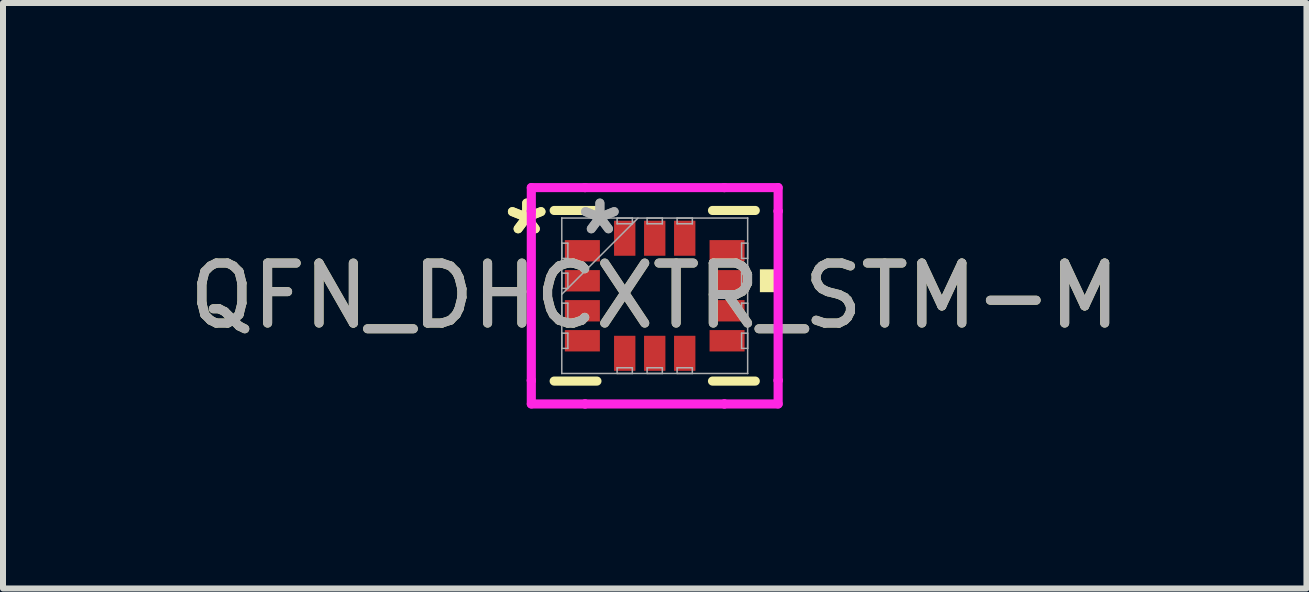
<source format=kicad_pcb>
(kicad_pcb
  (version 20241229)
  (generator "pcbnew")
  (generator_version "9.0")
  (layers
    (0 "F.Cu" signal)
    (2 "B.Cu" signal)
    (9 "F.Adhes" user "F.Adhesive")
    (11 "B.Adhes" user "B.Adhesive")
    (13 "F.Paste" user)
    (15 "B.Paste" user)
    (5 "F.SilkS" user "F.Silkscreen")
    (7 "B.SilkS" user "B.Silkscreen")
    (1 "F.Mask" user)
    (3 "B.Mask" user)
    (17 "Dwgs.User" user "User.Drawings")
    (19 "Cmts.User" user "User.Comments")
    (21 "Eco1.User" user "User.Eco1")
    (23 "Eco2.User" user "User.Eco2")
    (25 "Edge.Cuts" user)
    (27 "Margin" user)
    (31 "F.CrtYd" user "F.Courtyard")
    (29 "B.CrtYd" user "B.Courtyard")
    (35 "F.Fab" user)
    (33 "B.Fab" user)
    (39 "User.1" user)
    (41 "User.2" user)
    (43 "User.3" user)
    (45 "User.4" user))
  (footprint "QFN_DHCXTR_STM-M"
    (layer "F.Cu")
    (at 7.863 1.88)
    (property "Reference" "QFN_DHCXTR_STM-M" (at 0 0 0) (unlocked yes) (layer "F.SilkS") (effects (font (size 1 1) (thickness 0.15))))
    (attr smd)
    (fp_line (start -1.676 1.422) (end -0.963 1.422) (stroke (width 0.152) (type solid)) (layer "F.SilkS"))
    (fp_line (start -0.963 -1.422) (end -1.676 -1.422) (stroke (width 0.152) (type solid)) (layer "F.SilkS"))
    (fp_line (start 0.963 1.422) (end 1.676 1.422) (stroke (width 0.152) (type solid)) (layer "F.SilkS"))
    (fp_line (start 1.676 -1.422) (end 0.963 -1.422) (stroke (width 0.152) (type solid)) (layer "F.SilkS"))
    (fp_poly (pts (xy 2.007 -0.441) (xy 2.007 -0.06) (xy 1.753 -0.06) (xy 1.753 -0.441)) (stroke (width 0) (type solid)) (fill yes) (layer "F.SilkS"))
    (fp_line (start -2.057 -1.803) (end -1.161 -1.803) (stroke (width 0.152) (type solid)) (layer "F.CrtYd"))
    (fp_line (start -2.057 -1.411) (end -2.057 -1.803) (stroke (width 0.152) (type solid)) (layer "F.CrtYd"))
    (fp_line (start -2.057 -1.411) (end -2.057 -1.411) (stroke (width 0.152) (type solid)) (layer "F.CrtYd"))
    (fp_line (start -2.057 1.411) (end -2.057 -1.411) (stroke (width 0.152) (type solid)) (layer "F.CrtYd"))
    (fp_line (start -2.057 1.411) (end -2.057 1.411) (stroke (width 0.152) (type solid)) (layer "F.CrtYd"))
    (fp_line (start -2.057 1.803) (end -2.057 1.411) (stroke (width 0.152) (type solid)) (layer "F.CrtYd"))
    (fp_line (start -1.161 -1.803) (end -1.161 -1.803) (stroke (width 0.152) (type solid)) (layer "F.CrtYd"))
    (fp_line (start -1.161 -1.803) (end 1.161 -1.803) (stroke (width 0.152) (type solid)) (layer "F.CrtYd"))
    (fp_line (start -1.161 1.803) (end -2.057 1.803) (stroke (width 0.152) (type solid)) (layer "F.CrtYd"))
    (fp_line (start -1.161 1.803) (end -1.161 1.803) (stroke (width 0.152) (type solid)) (layer "F.CrtYd"))
    (fp_line (start 1.161 -1.803) (end 1.161 -1.803) (stroke (width 0.152) (type solid)) (layer "F.CrtYd"))
    (fp_line (start 1.161 -1.803) (end 2.057 -1.803) (stroke (width 0.152) (type solid)) (layer "F.CrtYd"))
    (fp_line (start 1.161 1.803) (end -1.161 1.803) (stroke (width 0.152) (type solid)) (layer "F.CrtYd"))
    (fp_line (start 1.161 1.803) (end 1.161 1.803) (stroke (width 0.152) (type solid)) (layer "F.CrtYd"))
    (fp_line (start 2.057 -1.803) (end 2.057 -1.411) (stroke (width 0.152) (type solid)) (layer "F.CrtYd"))
    (fp_line (start 2.057 -1.411) (end 2.057 -1.411) (stroke (width 0.152) (type solid)) (layer "F.CrtYd"))
    (fp_line (start 2.057 -1.411) (end 2.057 1.411) (stroke (width 0.152) (type solid)) (layer "F.CrtYd"))
    (fp_line (start 2.057 1.411) (end 2.057 1.411) (stroke (width 0.152) (type solid)) (layer "F.CrtYd"))
    (fp_line (start 2.057 1.411) (end 2.057 1.803) (stroke (width 0.152) (type solid)) (layer "F.CrtYd"))
    (fp_line (start 2.057 1.803) (end 1.161 1.803) (stroke (width 0.152) (type solid)) (layer "F.CrtYd"))
    (fp_line (start -1.549 -1.295) (end -1.549 -1.295) (stroke (width 0.025) (type solid)) (layer "F.Fab"))
    (fp_line (start -1.549 -1.295) (end -1.549 1.295) (stroke (width 0.025) (type solid)) (layer "F.Fab"))
    (fp_line (start -1.549 -0.877) (end -1.448 -0.877) (stroke (width 0.025) (type solid)) (layer "F.Fab"))
    (fp_line (start -1.549 -0.623) (end -1.549 -0.877) (stroke (width 0.025) (type solid)) (layer "F.Fab"))
    (fp_line (start -1.549 -0.377) (end -1.448 -0.377) (stroke (width 0.025) (type solid)) (layer "F.Fab"))
    (fp_line (start -1.549 -0.123) (end -1.549 -0.377) (stroke (width 0.025) (type solid)) (layer "F.Fab"))
    (fp_line (start -1.549 -0.025) (end -0.279 -1.295) (stroke (width 0.025) (type solid)) (layer "F.Fab"))
    (fp_line (start -1.549 0.123) (end -1.448 0.123) (stroke (width 0.025) (type solid)) (layer "F.Fab"))
    (fp_line (start -1.549 0.377) (end -1.549 0.123) (stroke (width 0.025) (type solid)) (layer "F.Fab"))
    (fp_line (start -1.549 0.623) (end -1.448 0.623) (stroke (width 0.025) (type solid)) (layer "F.Fab"))
    (fp_line (start -1.549 0.877) (end -1.549 0.623) (stroke (width 0.025) (type solid)) (layer "F.Fab"))
    (fp_line (start -1.549 1.295) (end -1.549 1.295) (stroke (width 0.025) (type solid)) (layer "F.Fab"))
    (fp_line (start -1.549 1.295) (end 1.549 1.295) (stroke (width 0.025) (type solid)) (layer "F.Fab"))
    (fp_line (start -1.448 -0.877) (end -1.448 -0.623) (stroke (width 0.025) (type solid)) (layer "F.Fab"))
    (fp_line (start -1.448 -0.623) (end -1.549 -0.623) (stroke (width 0.025) (type solid)) (layer "F.Fab"))
    (fp_line (start -1.448 -0.377) (end -1.448 -0.123) (stroke (width 0.025) (type solid)) (layer "F.Fab"))
    (fp_line (start -1.448 -0.123) (end -1.549 -0.123) (stroke (width 0.025) (type solid)) (layer "F.Fab"))
    (fp_line (start -1.448 0.123) (end -1.448 0.377) (stroke (width 0.025) (type solid)) (layer "F.Fab"))
    (fp_line (start -1.448 0.377) (end -1.549 0.377) (stroke (width 0.025) (type solid)) (layer "F.Fab"))
    (fp_line (start -1.448 0.623) (end -1.448 0.877) (stroke (width 0.025) (type solid)) (layer "F.Fab"))
    (fp_line (start -1.448 0.877) (end -1.549 0.877) (stroke (width 0.025) (type solid)) (layer "F.Fab"))
    (fp_line (start -0.627 -1.295) (end -0.373 -1.295) (stroke (width 0.025) (type solid)) (layer "F.Fab"))
    (fp_line (start -0.627 -1.2) (end -0.627 -1.295) (stroke (width 0.025) (type solid)) (layer "F.Fab"))
    (fp_line (start -0.627 1.2) (end -0.373 1.2) (stroke (width 0.025) (type solid)) (layer "F.Fab"))
    (fp_line (start -0.627 1.295) (end -0.627 1.2) (stroke (width 0.025) (type solid)) (layer "F.Fab"))
    (fp_line (start -0.373 -1.295) (end -0.373 -1.2) (stroke (width 0.025) (type solid)) (layer "F.Fab"))
    (fp_line (start -0.373 -1.2) (end -0.627 -1.2) (stroke (width 0.025) (type solid)) (layer "F.Fab"))
    (fp_line (start -0.373 1.2) (end -0.373 1.295) (stroke (width 0.025) (type solid)) (layer "F.Fab"))
    (fp_line (start -0.373 1.295) (end -0.627 1.295) (stroke (width 0.025) (type solid)) (layer "F.Fab"))
    (fp_line (start -0.127 -1.295) (end 0.127 -1.295) (stroke (width 0.025) (type solid)) (layer "F.Fab"))
    (fp_line (start -0.127 -1.2) (end -0.127 -1.295) (stroke (width 0.025) (type solid)) (layer "F.Fab"))
    (fp_line (start -0.127 1.2) (end 0.127 1.2) (stroke (width 0.025) (type solid)) (layer "F.Fab"))
    (fp_line (start -0.127 1.295) (end -0.127 1.2) (stroke (width 0.025) (type solid)) (layer "F.Fab"))
    (fp_line (start 0.127 -1.295) (end 0.127 -1.2) (stroke (width 0.025) (type solid)) (layer "F.Fab"))
    (fp_line (start 0.127 -1.2) (end -0.127 -1.2) (stroke (width 0.025) (type solid)) (layer "F.Fab"))
    (fp_line (start 0.127 1.2) (end 0.127 1.295) (stroke (width 0.025) (type solid)) (layer "F.Fab"))
    (fp_line (start 0.127 1.295) (end -0.127 1.295) (stroke (width 0.025) (type solid)) (layer "F.Fab"))
    (fp_line (start 0.373 -1.295) (end 0.627 -1.295) (stroke (width 0.025) (type solid)) (layer "F.Fab"))
    (fp_line (start 0.373 -1.2) (end 0.373 -1.295) (stroke (width 0.025) (type solid)) (layer "F.Fab"))
    (fp_line (start 0.373 1.2) (end 0.627 1.2) (stroke (width 0.025) (type solid)) (layer "F.Fab"))
    (fp_line (start 0.373 1.295) (end 0.373 1.2) (stroke (width 0.025) (type solid)) (layer "F.Fab"))
    (fp_line (start 0.627 -1.295) (end 0.627 -1.2) (stroke (width 0.025) (type solid)) (layer "F.Fab"))
    (fp_line (start 0.627 -1.2) (end 0.373 -1.2) (stroke (width 0.025) (type solid)) (layer "F.Fab"))
    (fp_line (start 0.627 1.2) (end 0.627 1.295) (stroke (width 0.025) (type solid)) (layer "F.Fab"))
    (fp_line (start 0.627 1.295) (end 0.373 1.295) (stroke (width 0.025) (type solid)) (layer "F.Fab"))
    (fp_line (start 1.448 -0.877) (end 1.549 -0.877) (stroke (width 0.025) (type solid)) (layer "F.Fab"))
    (fp_line (start 1.448 -0.623) (end 1.448 -0.877) (stroke (width 0.025) (type solid)) (layer "F.Fab"))
    (fp_line (start 1.448 -0.377) (end 1.549 -0.377) (stroke (width 0.025) (type solid)) (layer "F.Fab"))
    (fp_line (start 1.448 -0.123) (end 1.448 -0.377) (stroke (width 0.025) (type solid)) (layer "F.Fab"))
    (fp_line (start 1.448 0.123) (end 1.549 0.123) (stroke (width 0.025) (type solid)) (layer "F.Fab"))
    (fp_line (start 1.448 0.377) (end 1.448 0.123) (stroke (width 0.025) (type solid)) (layer "F.Fab"))
    (fp_line (start 1.448 0.623) (end 1.549 0.623) (stroke (width 0.025) (type solid)) (layer "F.Fab"))
    (fp_line (start 1.448 0.877) (end 1.448 0.623) (stroke (width 0.025) (type solid)) (layer "F.Fab"))
    (fp_line (start 1.549 -1.295) (end -1.549 -1.295) (stroke (width 0.025) (type solid)) (layer "F.Fab"))
    (fp_line (start 1.549 -1.295) (end 1.549 -1.295) (stroke (width 0.025) (type solid)) (layer "F.Fab"))
    (fp_line (start 1.549 -0.877) (end 1.549 -0.623) (stroke (width 0.025) (type solid)) (layer "F.Fab"))
    (fp_line (start 1.549 -0.623) (end 1.448 -0.623) (stroke (width 0.025) (type solid)) (layer "F.Fab"))
    (fp_line (start 1.549 -0.377) (end 1.549 -0.123) (stroke (width 0.025) (type solid)) (layer "F.Fab"))
    (fp_line (start 1.549 -0.123) (end 1.448 -0.123) (stroke (width 0.025) (type solid)) (layer "F.Fab"))
    (fp_line (start 1.549 0.123) (end 1.549 0.377) (stroke (width 0.025) (type solid)) (layer "F.Fab"))
    (fp_line (start 1.549 0.377) (end 1.448 0.377) (stroke (width 0.025) (type solid)) (layer "F.Fab"))
    (fp_line (start 1.549 0.623) (end 1.549 0.877) (stroke (width 0.025) (type solid)) (layer "F.Fab"))
    (fp_line (start 1.549 0.877) (end 1.448 0.877) (stroke (width 0.025) (type solid)) (layer "F.Fab"))
    (fp_line (start 1.549 1.295) (end 1.549 -1.295) (stroke (width 0.025) (type solid)) (layer "F.Fab"))
    (fp_line (start 1.549 1.295) (end 1.549 1.295) (stroke (width 0.025) (type solid)) (layer "F.Fab"))
    (fp_text user "*" (at -2.134 -1 0) (unlocked yes) (layer "F.SilkS") (effects (font (size 1 1) (thickness 0.15))))
    (fp_text user "*" (at -2.134 -1 0) (layer "F.SilkS") (effects (font (size 1 1) (thickness 0.15))))
    (fp_text user "*" (at -0.914 -1 0) (layer "F.Fab") (effects (font (size 1 1) (thickness 0.15))))
    (fp_text user "${REFERENCE}" (at 0 0 0) (unlocked yes) (layer "F.Fab") (effects (font (size 1 1) (thickness 0.15))))
    (fp_text user "*" (at -0.914 -1 0) (unlocked yes) (layer "F.Fab") (effects (font (size 1 1) (thickness 0.15))))
    (pad "1" smd rect (at -1.206 -0.75 90) (size 0.356 0.584) (layers "F.Cu" "F.Mask" "F.Paste"))
    (pad "2" smd rect (at -1.206 -0.25 90) (size 0.356 0.584) (layers "F.Cu" "F.Mask" "F.Paste"))
    (pad "3" smd rect (at -1.206 0.25 90) (size 0.356 0.584) (layers "F.Cu" "F.Mask" "F.Paste"))
    (pad "4" smd rect (at -1.206 0.75 90) (size 0.356 0.584) (layers "F.Cu" "F.Mask" "F.Paste"))
    (pad "5" smd rect (at -0.5 0.959) (size 0.356 0.584) (layers "F.Cu" "F.Mask" "F.Paste"))
    (pad "6" smd rect (at 0 0.959) (size 0.356 0.584) (layers "F.Cu" "F.Mask" "F.Paste"))
    (pad "7" smd rect (at 0.5 0.959) (size 0.356 0.584) (layers "F.Cu" "F.Mask" "F.Paste"))
    (pad "8" smd rect (at 1.206 0.75 90) (size 0.356 0.584) (layers "F.Cu" "F.Mask" "F.Paste"))
    (pad "9" smd rect (at 1.206 0.25 90) (size 0.356 0.584) (layers "F.Cu" "F.Mask" "F.Paste"))
    (pad "10" smd rect (at 1.206 -0.25 90) (size 0.356 0.584) (layers "F.Cu" "F.Mask" "F.Paste"))
    (pad "11" smd rect (at 1.206 -0.75 90) (size 0.356 0.584) (layers "F.Cu" "F.Mask" "F.Paste"))
    (pad "12" smd rect (at 0.5 -0.959) (size 0.356 0.584) (layers "F.Cu" "F.Mask" "F.Paste"))
    (pad "13" smd rect (at 0 -0.959) (size 0.356 0.584) (layers "F.Cu" "F.Mask" "F.Paste"))
    (pad "14" smd rect (at -0.5 -0.959) (size 0.356 0.584) (layers "F.Cu" "F.Mask" "F.Paste")))
  (gr_rect
    (start -3 -3)
    (end 18.726 6.759)
    (stroke (width 0.1) (type default))
    (fill no)
    (layer "Edge.Cuts")))
</source>
